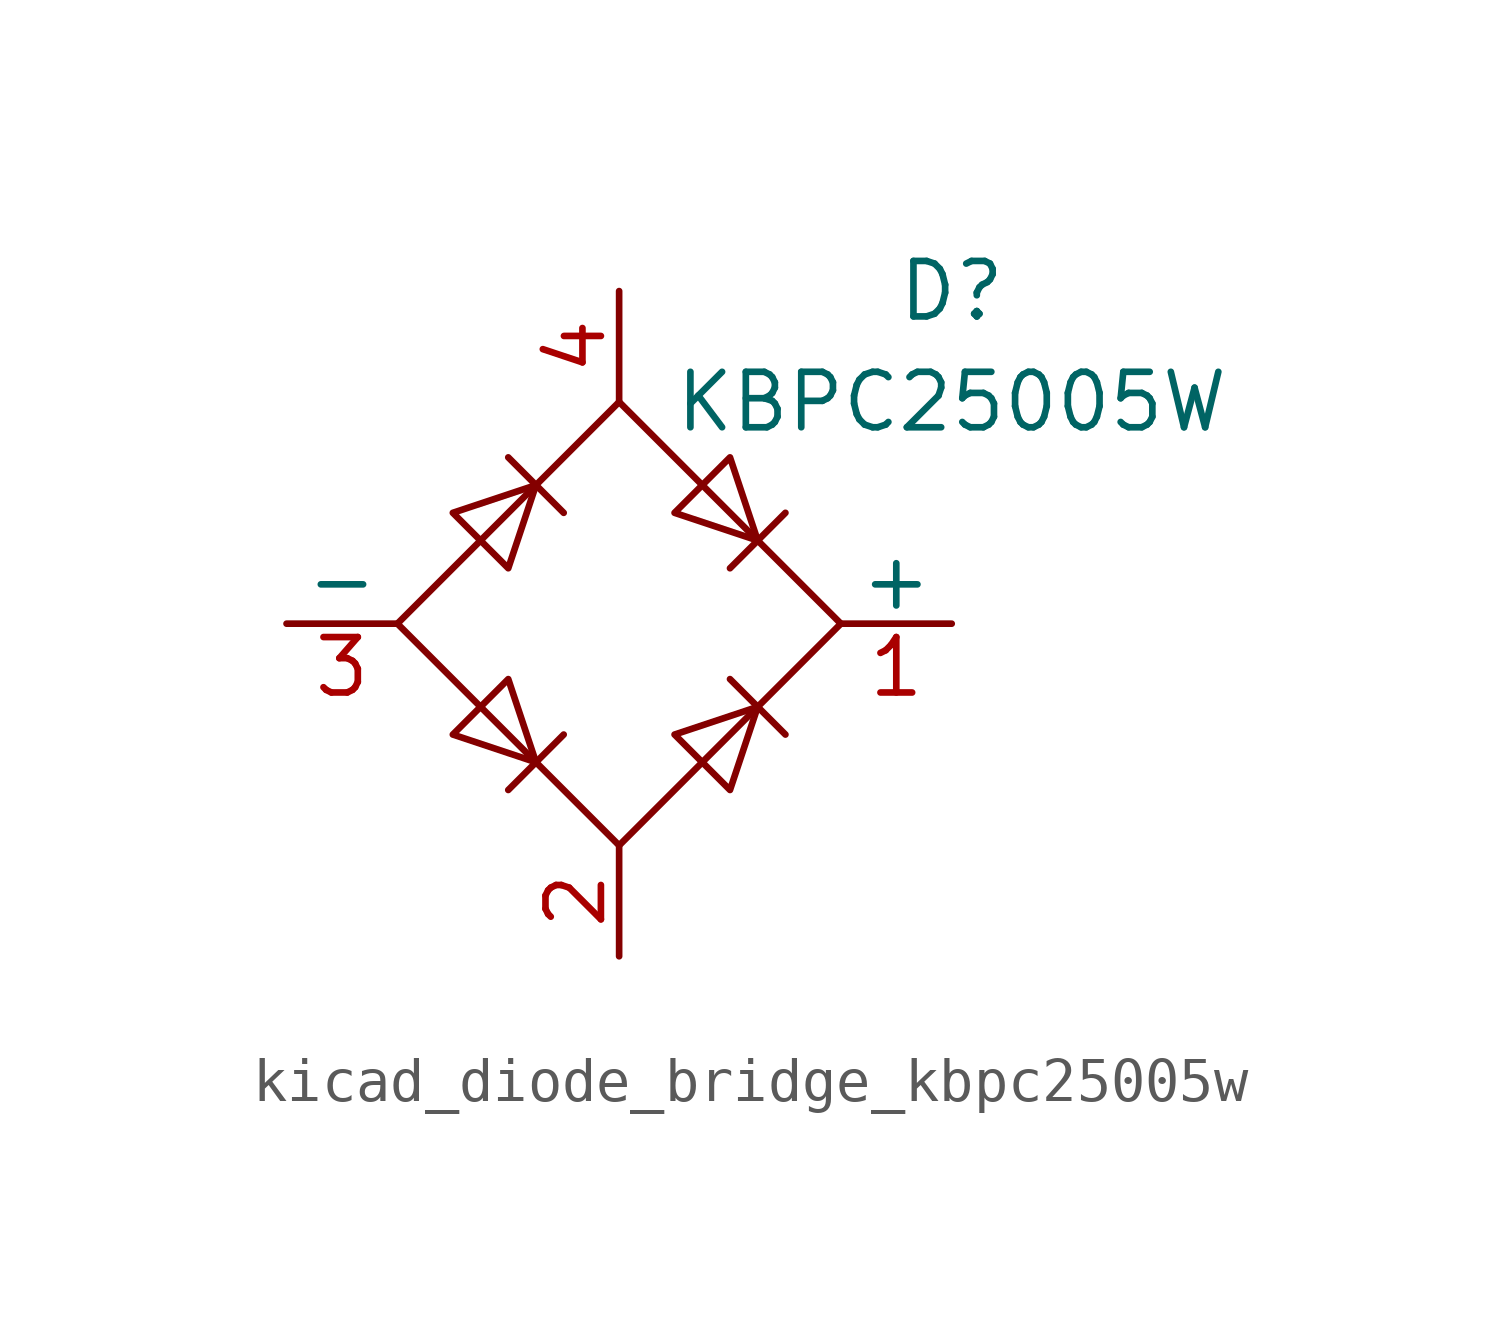
<source format=kicad_sym>
(kicad_symbol_lib
  (version 20220914)
  (generator kicad_symbol_editor)
  (symbol "kicad_diode_bridge_kbpc25005w"
    (pin_names
      (offset 0))
    (property "Reference" "D"
      (at 7.62 7.62 0)
      (effects (font (size 1.27 1.27))))
    (property "Value" "KBPC25005W"
      (at 7.62 5.08 0)
      (effects (font (size 1.27 1.27))))
    (symbol "kicad_diode_bridge_kbpc25005w_0_1"
      (polyline (pts (xy -2.54 3.81) (xy -1.27 2.54)) (stroke (width 0) (type default)) (fill (type none)))
      (polyline (pts (xy -1.27 -2.54) (xy -2.54 -3.81)) (stroke (width 0) (type default)) (fill (type none)))
      (polyline (pts (xy 2.54 -1.27) (xy 3.81 -2.54)) (stroke (width 0) (type default)) (fill (type none)))
      (polyline (pts (xy 2.54 1.27) (xy 3.81 2.54)) (stroke (width 0) (type default)) (fill (type none)))
      (polyline (pts (xy -3.81 2.54) (xy -2.54 1.27) (xy -1.905 3.175) (xy -3.81 2.54)) (stroke (width 0) (type default)) (fill (type none)))
      (polyline (pts (xy -2.54 -1.27) (xy -3.81 -2.54) (xy -1.905 -3.175) (xy -2.54 -1.27)) (stroke (width 0) (type default)) (fill (type none)))
      (polyline (pts (xy 1.27 2.54) (xy 2.54 3.81) (xy 3.175 1.905) (xy 1.27 2.54)) (stroke (width 0) (type default)) (fill (type none)))
      (polyline (pts (xy 3.175 -1.905) (xy 1.27 -2.54) (xy 2.54 -3.81) (xy 3.175 -1.905)) (stroke (width 0) (type default)) (fill (type none)))
      (polyline (pts (xy -5.08 0) (xy 0 -5.08) (xy 5.08 0) (xy 0 5.08) (xy -5.08 0)) (stroke (width 0) (type default)) (fill (type none))))
    (symbol "kicad_diode_bridge_kbpc25005w_1_1"
      (pin passive line (at 7.62 0 180) (length 2.54) (name "+" (effects (font (size 1.27 1.27)))) (number "1" (effects (font (size 1.27 1.27)))))
      (pin passive line (at 0 -7.62 90) (length 2.54) (name "~" (effects (font (size 1.27 1.27)))) (number "2" (effects (font (size 1.27 1.27)))))
      (pin passive line (at -7.62 0 0) (length 2.54) (name "-" (effects (font (size 1.27 1.27)))) (number "3" (effects (font (size 1.27 1.27)))))
      (pin passive line (at 0 7.62 270) (length 2.54) (name "~" (effects (font (size 1.27 1.27)))) (number "4" (effects (font (size 1.27 1.27))))))))
</source>
